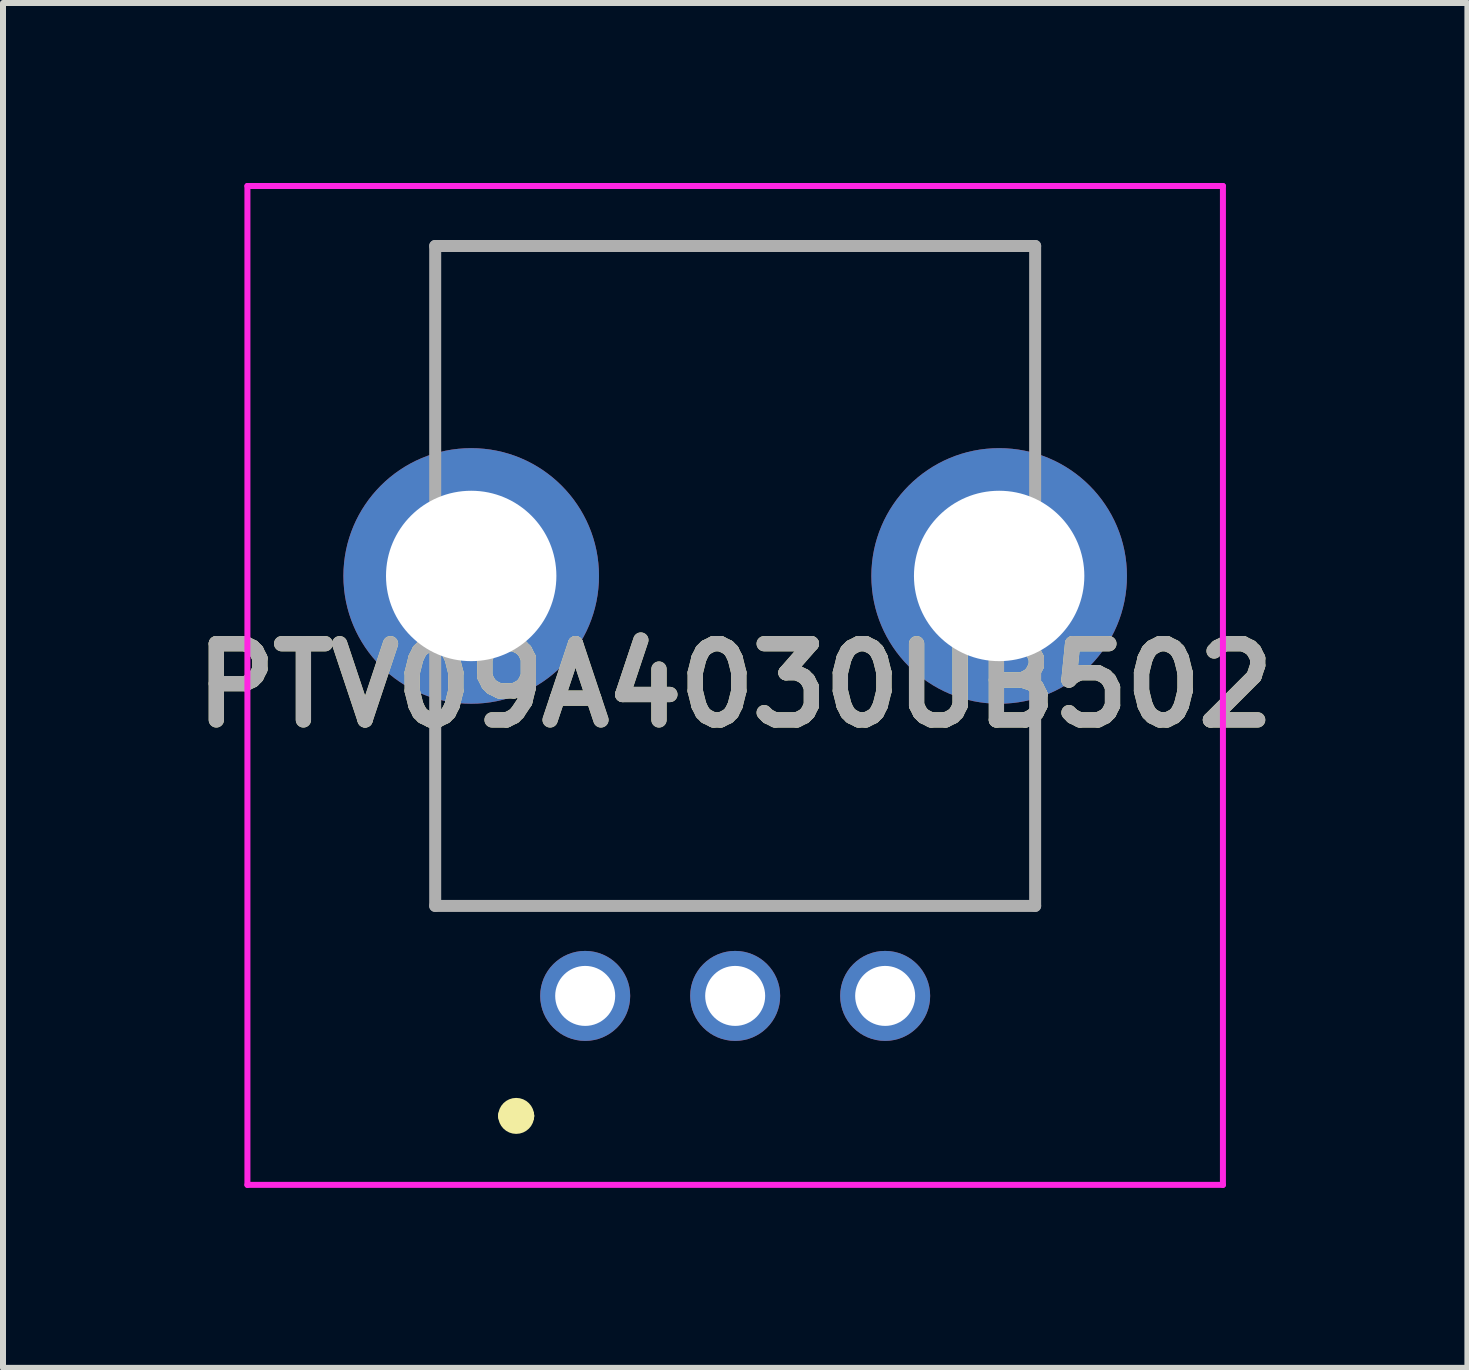
<source format=kicad_pcb>
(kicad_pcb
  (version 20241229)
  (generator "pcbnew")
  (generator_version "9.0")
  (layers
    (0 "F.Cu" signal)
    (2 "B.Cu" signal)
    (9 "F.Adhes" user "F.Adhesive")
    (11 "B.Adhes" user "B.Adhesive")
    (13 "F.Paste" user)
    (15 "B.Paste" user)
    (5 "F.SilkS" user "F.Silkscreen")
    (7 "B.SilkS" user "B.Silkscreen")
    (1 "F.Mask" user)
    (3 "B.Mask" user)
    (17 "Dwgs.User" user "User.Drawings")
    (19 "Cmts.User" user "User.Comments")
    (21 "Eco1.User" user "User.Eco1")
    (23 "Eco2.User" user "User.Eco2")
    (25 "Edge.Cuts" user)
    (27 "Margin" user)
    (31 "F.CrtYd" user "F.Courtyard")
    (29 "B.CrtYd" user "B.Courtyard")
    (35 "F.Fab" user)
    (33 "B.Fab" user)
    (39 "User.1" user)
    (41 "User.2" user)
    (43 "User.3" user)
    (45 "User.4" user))
  (footprint "PTV09A4030UB502"
    (layer "F.Cu")
    (at 6.704 13.55)
    (property "Reference" "PTV09A4030UB502" (at 2.5 -5.175 0) (layer "F.SilkS") (effects (font (size 1.27 1.27) (thickness 0.254))))
    (attr through_hole)
    (fp_line (start -2.5 -12.5) (end 7.5 -12.5) (stroke (width 0.1) (type solid)) (layer "F.SilkS"))
    (fp_line (start -2.5 -10) (end -2.5 -12.5) (stroke (width 0.1) (type solid)) (layer "F.SilkS"))
    (fp_line (start -2.5 -4) (end -2.5 -1.5) (stroke (width 0.1) (type solid)) (layer "F.SilkS"))
    (fp_line (start -2.5 -1.5) (end 7.5 -1.5) (stroke (width 0.1) (type solid)) (layer "F.SilkS"))
    (fp_line (start -1.3 2) (end -1.3 2) (stroke (width 0.3) (type solid)) (layer "F.SilkS"))
    (fp_line (start -1 2) (end -1 2) (stroke (width 0.3) (type solid)) (layer "F.SilkS"))
    (fp_line (start 7.5 -12.5) (end 7.5 -10) (stroke (width 0.1) (type solid)) (layer "F.SilkS"))
    (fp_line (start 7.5 -1.5) (end 7.5 -4) (stroke (width 0.1) (type solid)) (layer "F.SilkS"))
    (fp_arc (start -1.3 2) (mid -1.15 1.85) (end -1 2) (stroke (width 0.3) (type solid)) (layer "F.SilkS"))
    (fp_arc (start -1 2) (mid -1.15 2.15) (end -1.3 2) (stroke (width 0.3) (type solid)) (layer "F.SilkS"))
    (fp_line (start -5.63 -13.5) (end 10.63 -13.5) (stroke (width 0.1) (type solid)) (layer "F.CrtYd"))
    (fp_line (start -5.63 3.15) (end -5.63 -13.5) (stroke (width 0.1) (type solid)) (layer "F.CrtYd"))
    (fp_line (start 10.63 -13.5) (end 10.63 3.15) (stroke (width 0.1) (type solid)) (layer "F.CrtYd"))
    (fp_line (start 10.63 3.15) (end -5.63 3.15) (stroke (width 0.1) (type solid)) (layer "F.CrtYd"))
    (fp_line (start -2.5 -12.5) (end 7.5 -12.5) (stroke (width 0.2) (type solid)) (layer "F.Fab"))
    (fp_line (start -2.5 -1.5) (end -2.5 -12.5) (stroke (width 0.2) (type solid)) (layer "F.Fab"))
    (fp_line (start 7.5 -12.5) (end 7.5 -1.5) (stroke (width 0.2) (type solid)) (layer "F.Fab"))
    (fp_line (start 7.5 -1.5) (end -2.5 -1.5) (stroke (width 0.2) (type solid)) (layer "F.Fab"))
    (fp_text user "${REFERENCE}" (at 2.5 -5.175 0) (layer "F.Fab") (effects (font (size 1.27 1.27) (thickness 0.254))))
    (pad "1" thru_hole circle (at 0 0) (size 1.5 1.5) (drill 1) (layers "*.Cu" "*.Mask"))
    (pad "2" thru_hole circle (at 2.5 0) (size 1.5 1.5) (drill 1) (layers "*.Cu" "*.Mask"))
    (pad "3" thru_hole circle (at 5 0) (size 1.5 1.5) (drill 1) (layers "*.Cu" "*.Mask"))
    (pad "MH1" thru_hole circle (at -1.9 -7) (size 4.26 4.26) (drill 2.84) (layers "*.Cu" "*.Mask"))
    (pad "MH2" thru_hole circle (at 6.9 -7) (size 4.26 4.26) (drill 2.84) (layers "*.Cu" "*.Mask")))
  (gr_rect
    (start -3 -3)
    (end 21.409 19.75)
    (stroke (width 0.1) (type default))
    (fill no)
    (layer "Edge.Cuts")))
</source>
